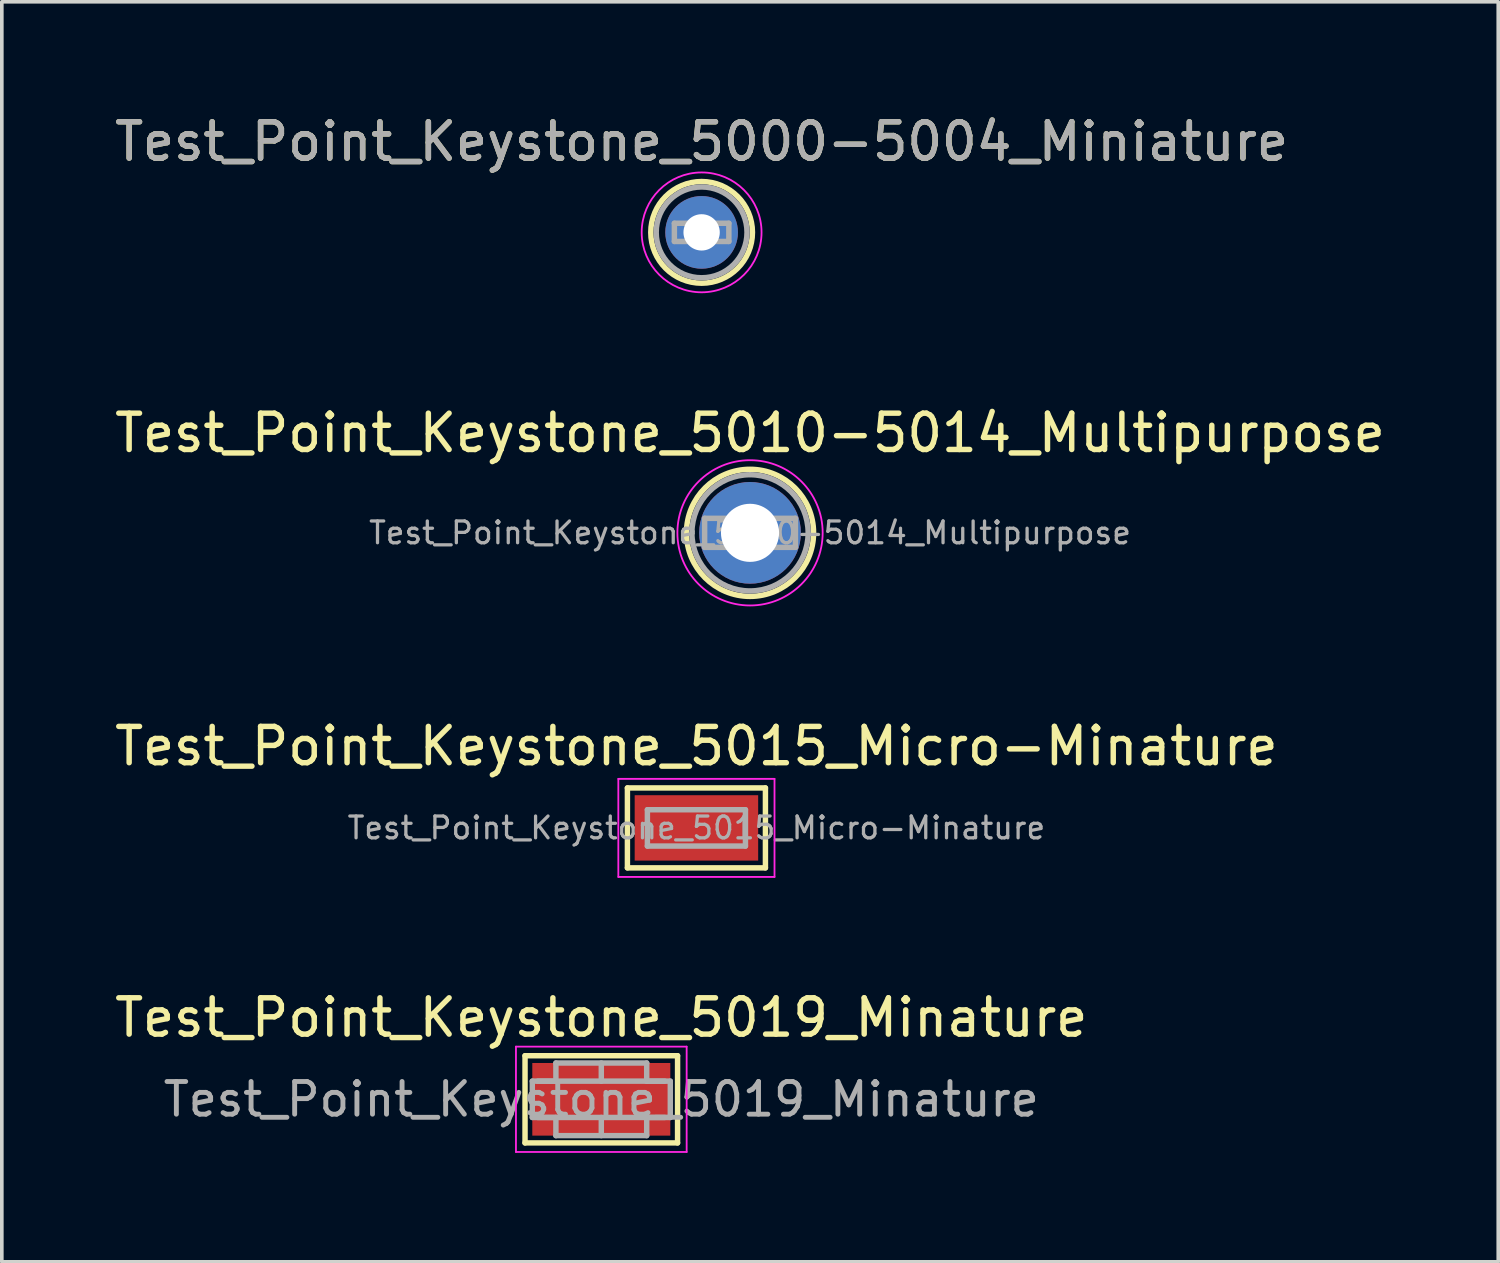
<source format=kicad_pcb>
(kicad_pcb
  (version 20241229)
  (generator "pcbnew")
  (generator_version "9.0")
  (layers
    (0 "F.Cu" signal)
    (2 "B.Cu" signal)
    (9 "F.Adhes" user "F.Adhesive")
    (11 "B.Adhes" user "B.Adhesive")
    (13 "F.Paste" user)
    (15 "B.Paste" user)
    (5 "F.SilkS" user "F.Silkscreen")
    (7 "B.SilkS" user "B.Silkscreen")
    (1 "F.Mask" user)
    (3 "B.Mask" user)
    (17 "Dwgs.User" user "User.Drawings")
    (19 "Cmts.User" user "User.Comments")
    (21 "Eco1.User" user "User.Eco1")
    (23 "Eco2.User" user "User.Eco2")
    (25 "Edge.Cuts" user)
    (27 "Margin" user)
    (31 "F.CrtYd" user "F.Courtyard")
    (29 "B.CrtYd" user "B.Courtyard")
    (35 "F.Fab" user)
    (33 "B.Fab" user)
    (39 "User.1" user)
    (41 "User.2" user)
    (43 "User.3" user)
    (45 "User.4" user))
  (footprint "Test_Point_Keystone_5015_Micro-Minature"
    (layer "F.Cu")
    (at 16.125 19.745)
    (property "Reference" "Test_Point_Keystone_5015_Micro-Minature" (at 0 -2.25 0) (layer "F.SilkS") (effects (font (size 1 1) (thickness 0.15))))
    (attr smd)
    (fp_line (start -1.9 -1.1) (end 1.9 -1.1) (stroke (width 0.15) (type solid)) (layer "F.SilkS"))
    (fp_line (start -1.9 1.1) (end -1.9 -1.1) (stroke (width 0.15) (type solid)) (layer "F.SilkS"))
    (fp_line (start 1.9 -1.1) (end 1.9 1.1) (stroke (width 0.15) (type solid)) (layer "F.SilkS"))
    (fp_line (start 1.9 1.1) (end -1.9 1.1) (stroke (width 0.15) (type solid)) (layer "F.SilkS"))
    (fp_line (start -2.15 -1.35) (end 2.15 -1.35) (stroke (width 0.05) (type solid)) (layer "F.CrtYd"))
    (fp_line (start -2.15 1.35) (end -2.15 -1.35) (stroke (width 0.05) (type solid)) (layer "F.CrtYd"))
    (fp_line (start 2.15 -1.35) (end 2.15 1.35) (stroke (width 0.05) (type solid)) (layer "F.CrtYd"))
    (fp_line (start 2.15 1.35) (end -2.15 1.35) (stroke (width 0.05) (type solid)) (layer "F.CrtYd"))
    (fp_line (start -1.35 0.5) (end -1.35 -0.5) (stroke (width 0.15) (type solid)) (layer "F.Fab"))
    (fp_line (start -1.35 0.5) (end 1.35 0.5) (stroke (width 0.15) (type solid)) (layer "F.Fab"))
    (fp_line (start 1.35 -0.5) (end -1.35 -0.5) (stroke (width 0.15) (type solid)) (layer "F.Fab"))
    (fp_line (start 1.35 -0.5) (end 1.35 0.5) (stroke (width 0.15) (type solid)) (layer "F.Fab"))
    (fp_text user "${REFERENCE}" (at 0 0 0) (layer "F.Fab") (effects (font (size 0.6 0.6) (thickness 0.09))))
    (pad "1" smd rect (at 0 0) (size 3.4 1.8) (layers "F.Cu" "F.Mask" "F.Paste")))
  (footprint "Test_Point_Keystone_5010-5014_Multipurpose"
    (layer "F.Cu")
    (at 17.601 11.621)
    (property "Reference" "Test_Point_Keystone_5010-5014_Multipurpose" (at 0 -2.75 0) (layer "F.SilkS") (effects (font (size 1 1) (thickness 0.15))))
    (attr through_hole)
    (fp_circle (center 0 0) (end 1.75 0) (stroke (width 0.15) (type solid)) (fill no) (layer "F.SilkS"))
    (fp_circle (center 0 0) (end 2 0) (stroke (width 0.05) (type solid)) (fill no) (layer "F.CrtYd"))
    (fp_line (start -1.25 -0.4) (end 1.25 -0.4) (stroke (width 0.15) (type solid)) (layer "F.Fab"))
    (fp_line (start -1.25 0.4) (end -1.25 -0.4) (stroke (width 0.15) (type solid)) (layer "F.Fab"))
    (fp_line (start 1.25 -0.4) (end 1.25 0.4) (stroke (width 0.15) (type solid)) (layer "F.Fab"))
    (fp_line (start 1.25 0.4) (end -1.25 0.4) (stroke (width 0.15) (type solid)) (layer "F.Fab"))
    (fp_circle (center 0 0) (end 1.6 0) (stroke (width 0.15) (type solid)) (fill no) (layer "F.Fab"))
    (fp_text user "${REFERENCE}" (at 0 0 0) (layer "F.Fab") (effects (font (size 0.6 0.6) (thickness 0.09))))
    (pad "1" thru_hole circle (at 0 0) (size 2.8 2.8) (drill 1.6) (layers "*.Cu" "*.Mask")))
  (footprint "Test_Point_Keystone_5019_Minature"
    (layer "F.Cu")
    (at 13.506 27.218)
    (property "Reference" "Test_Point_Keystone_5019_Minature" (at 0 -2.25 0) (layer "F.SilkS") (effects (font (size 1 1) (thickness 0.15))))
    (attr smd)
    (fp_line (start -2.1 -1.2) (end 2.1 -1.2) (stroke (width 0.15) (type solid)) (layer "F.SilkS"))
    (fp_line (start -2.1 1.2) (end -2.1 -1.2) (stroke (width 0.15) (type solid)) (layer "F.SilkS"))
    (fp_line (start 2.1 -1.2) (end 2.1 1.2) (stroke (width 0.15) (type solid)) (layer "F.SilkS"))
    (fp_line (start 2.1 1.2) (end -2.1 1.2) (stroke (width 0.15) (type solid)) (layer "F.SilkS"))
    (fp_line (start -2.35 -1.45) (end 2.35 -1.45) (stroke (width 0.05) (type solid)) (layer "F.CrtYd"))
    (fp_line (start -2.35 1.45) (end -2.35 -1.45) (stroke (width 0.05) (type solid)) (layer "F.CrtYd"))
    (fp_line (start 2.35 -1.45) (end 2.35 1.45) (stroke (width 0.05) (type solid)) (layer "F.CrtYd"))
    (fp_line (start 2.35 1.45) (end -2.35 1.45) (stroke (width 0.05) (type solid)) (layer "F.CrtYd"))
    (fp_line (start -1.9 -0.5) (end -1.9 0.5) (stroke (width 0.15) (type solid)) (layer "F.Fab"))
    (fp_line (start -1.9 -0.5) (end 1.9 -0.5) (stroke (width 0.15) (type solid)) (layer "F.Fab"))
    (fp_line (start -1.75 0.5) (end -1.25 0.5) (stroke (width 0.15) (type solid)) (layer "F.Fab"))
    (fp_line (start -1.25 -1) (end -1.25 -0.5) (stroke (width 0.15) (type solid)) (layer "F.Fab"))
    (fp_line (start -1.25 -0.5) (end -1.75 -0.5) (stroke (width 0.15) (type solid)) (layer "F.Fab"))
    (fp_line (start -1.25 0.5) (end -1.25 1) (stroke (width 0.15) (type solid)) (layer "F.Fab"))
    (fp_line (start -1.25 1) (end 1.25 1) (stroke (width 0.15) (type solid)) (layer "F.Fab"))
    (fp_line (start 0 -1) (end 0 -0.5) (stroke (width 0.15) (type solid)) (layer "F.Fab"))
    (fp_line (start 0 0.5) (end 0 1) (stroke (width 0.15) (type solid)) (layer "F.Fab"))
    (fp_line (start 1.25 -1) (end -1.25 -1) (stroke (width 0.15) (type solid)) (layer "F.Fab"))
    (fp_line (start 1.25 -0.5) (end 1.25 -1) (stroke (width 0.15) (type solid)) (layer "F.Fab"))
    (fp_line (start 1.25 0.5) (end 1.75 0.5) (stroke (width 0.15) (type solid)) (layer "F.Fab"))
    (fp_line (start 1.25 1) (end 1.25 0.5) (stroke (width 0.15) (type solid)) (layer "F.Fab"))
    (fp_line (start 1.75 -0.5) (end 1.25 -0.5) (stroke (width 0.15) (type solid)) (layer "F.Fab"))
    (fp_line (start 1.9 0.5) (end -1.9 0.5) (stroke (width 0.15) (type solid)) (layer "F.Fab"))
    (fp_line (start 1.9 0.5) (end 1.9 -0.5) (stroke (width 0.15) (type solid)) (layer "F.Fab"))
    (fp_text user "${REFERENCE}" (at 0 0 0) (layer "F.Fab") (effects (font (size 0.9 0.9) (thickness 0.135))))
    (pad "1" smd rect (at 0 0) (size 3.8 2) (layers "F.Cu" "F.Mask" "F.Paste")))
  (footprint "Test_Point_Keystone_5000-5004_Miniature"
    (layer "F.Cu")
    (at 16.268 3.348)
    (property "Reference" "Test_Point_Keystone_5000-5004_Miniature" (at 0 -2.5 0) (layer "F.SilkS") (effects (font (size 1 1) (thickness 0.15))))
    (attr through_hole)
    (fp_circle (center 0 0) (end 1.4 0) (stroke (width 0.15) (type solid)) (fill no) (layer "F.SilkS"))
    (fp_circle (center 0 0) (end 1.65 0) (stroke (width 0.05) (type solid)) (fill no) (layer "F.CrtYd"))
    (fp_line (start -0.75 -0.25) (end 0.75 -0.25) (stroke (width 0.15) (type solid)) (layer "F.Fab"))
    (fp_line (start -0.75 0.25) (end -0.75 -0.25) (stroke (width 0.15) (type solid)) (layer "F.Fab"))
    (fp_line (start 0.75 -0.25) (end 0.75 0.25) (stroke (width 0.15) (type solid)) (layer "F.Fab"))
    (fp_line (start 0.75 0.25) (end -0.75 0.25) (stroke (width 0.15) (type solid)) (layer "F.Fab"))
    (fp_circle (center 0 0) (end 1.25 0) (stroke (width 0.15) (type solid)) (fill no) (layer "F.Fab"))
    (fp_text user "${REFERENCE}" (at 0 -2.5 0) (layer "F.Fab") (effects (font (size 1 1) (thickness 0.15))))
    (pad "1" thru_hole circle (at 0 0) (size 2 2) (drill 1) (layers "*.Cu" "*.Mask")))
  (gr_rect
    (start -3 -3)
    (end 38.202 31.693)
    (stroke (width 0.1) (type default))
    (fill no)
    (layer "Edge.Cuts")))
</source>
